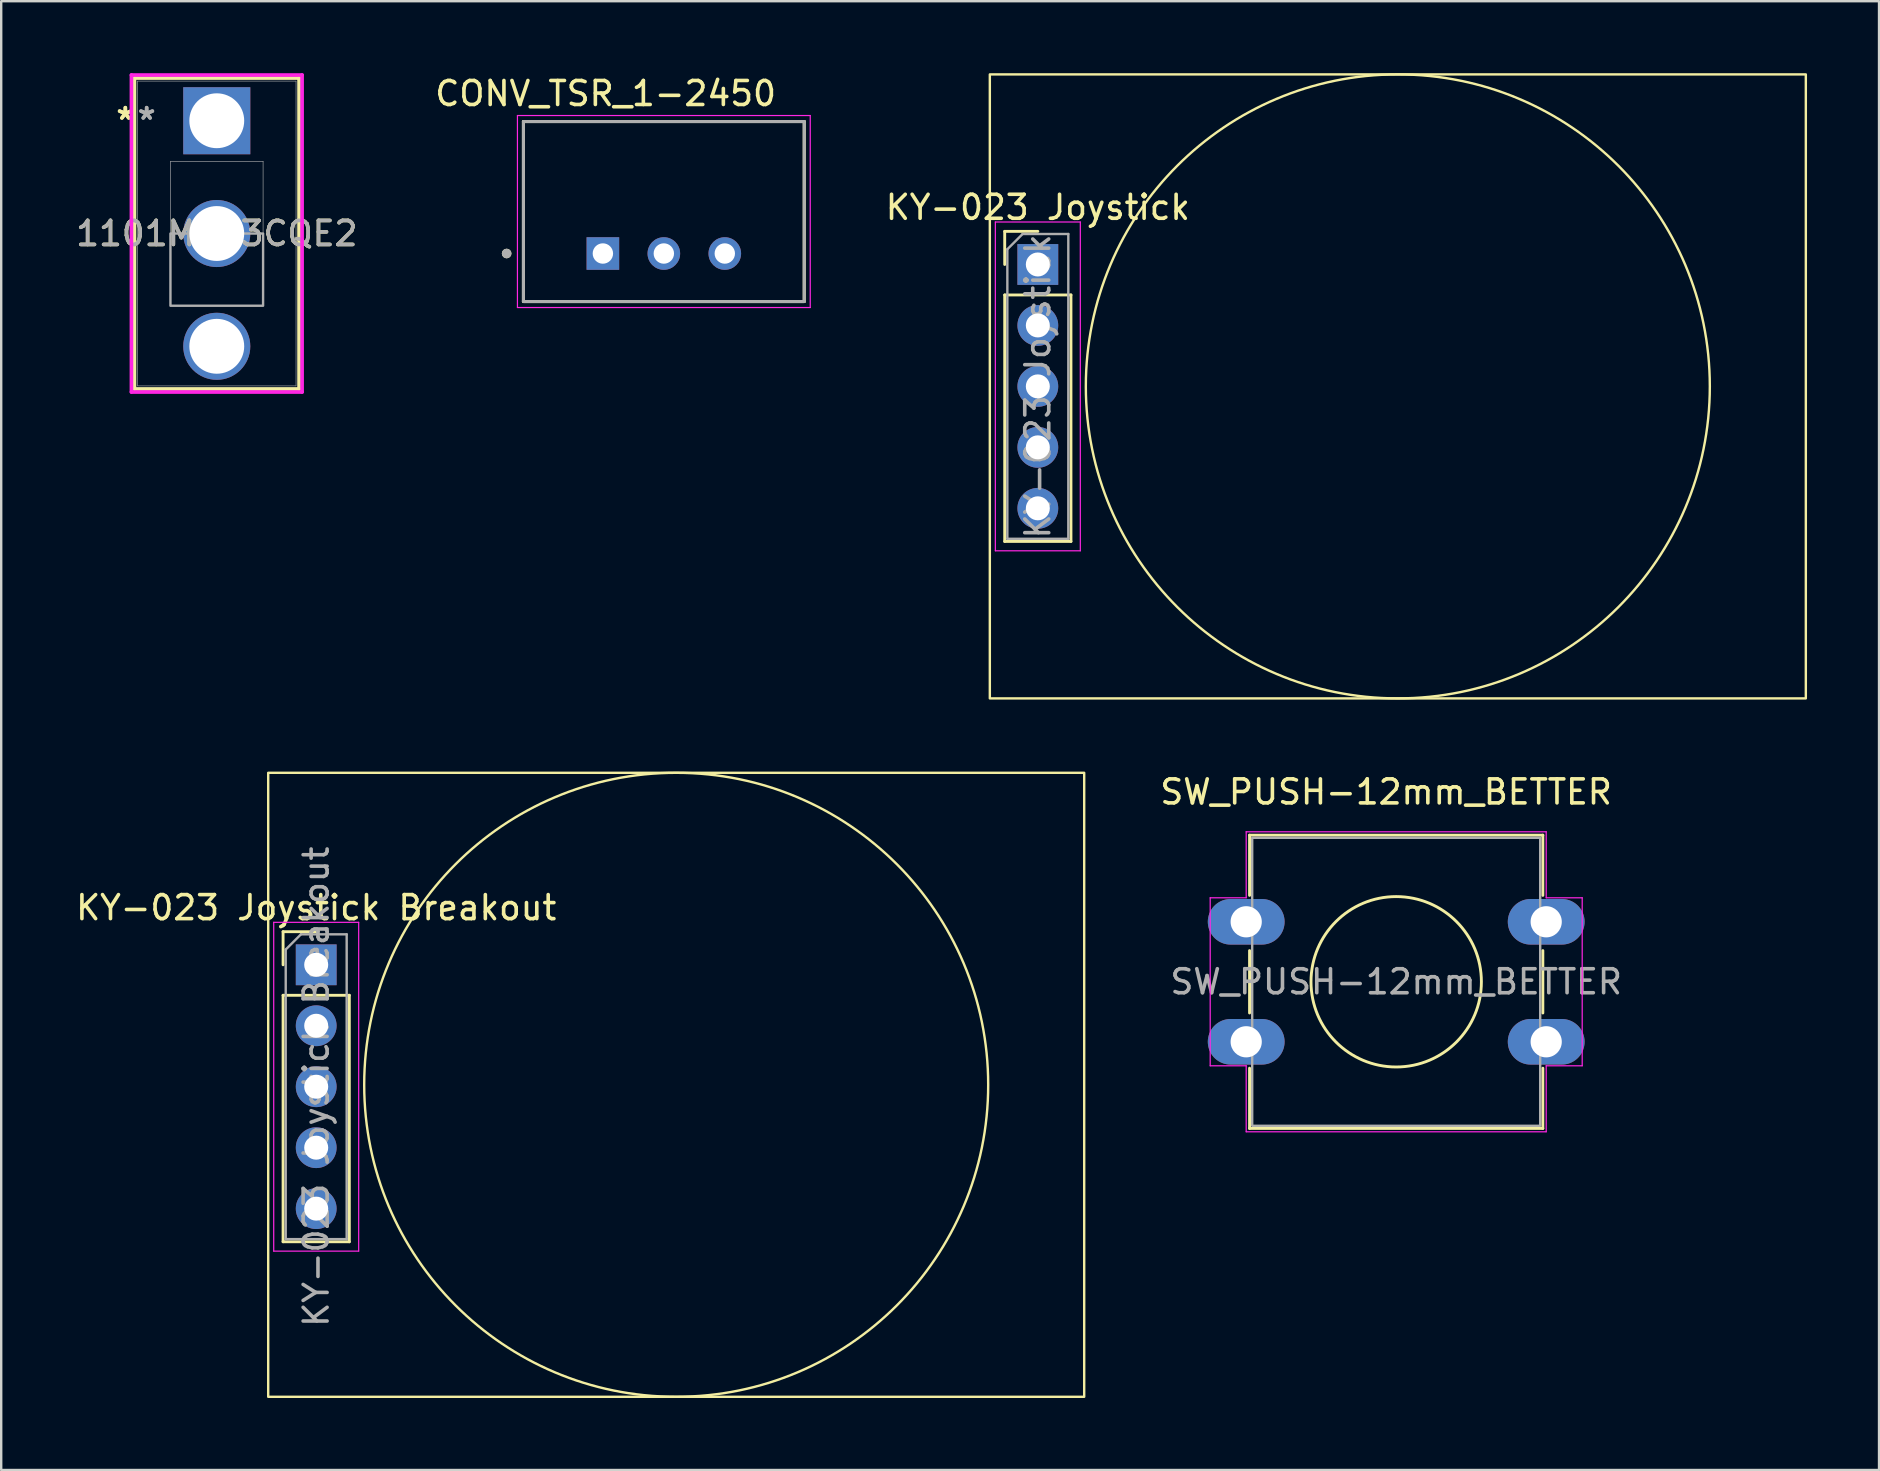
<source format=kicad_pcb>
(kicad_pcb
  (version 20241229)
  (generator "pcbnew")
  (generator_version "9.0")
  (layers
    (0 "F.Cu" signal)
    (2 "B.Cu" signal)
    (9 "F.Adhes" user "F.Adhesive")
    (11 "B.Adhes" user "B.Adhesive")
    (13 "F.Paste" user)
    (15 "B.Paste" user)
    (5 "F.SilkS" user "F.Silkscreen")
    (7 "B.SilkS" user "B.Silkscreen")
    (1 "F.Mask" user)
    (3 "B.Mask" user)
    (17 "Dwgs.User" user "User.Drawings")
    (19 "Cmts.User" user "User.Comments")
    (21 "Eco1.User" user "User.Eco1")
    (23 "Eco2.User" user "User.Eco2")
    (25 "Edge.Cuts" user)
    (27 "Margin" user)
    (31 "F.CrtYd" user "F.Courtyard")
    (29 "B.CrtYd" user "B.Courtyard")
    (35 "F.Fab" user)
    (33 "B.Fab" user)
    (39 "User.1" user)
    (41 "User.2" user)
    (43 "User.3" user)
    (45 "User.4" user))
  (footprint "CONV_TSR_1-2450"
    (layer "F.Cu")
    (at 24.61 5.763)
    (property "Reference" "CONV_TSR_1-2450" (at -2.425 -4.915 0) (layer "F.SilkS") (effects (font (size 1 1) (thickness 0.15))))
    (attr through_hole)
    (fp_line (start -5.85 -3.75) (end 5.85 -3.75) (stroke (width 0.127) (type solid)) (layer "F.SilkS"))
    (fp_line (start -5.85 3.75) (end -5.85 -3.75) (stroke (width 0.127) (type solid)) (layer "F.SilkS"))
    (fp_line (start -5.85 3.75) (end 5.85 3.75) (stroke (width 0.127) (type solid)) (layer "F.SilkS"))
    (fp_line (start 5.85 -3.75) (end 5.85 3.75) (stroke (width 0.127) (type solid)) (layer "F.SilkS"))
    (fp_circle (center -6.55 1.75) (end -6.45 1.75) (stroke (width 0.2) (type solid)) (fill no) (layer "F.SilkS"))
    (fp_line (start -6.1 -4) (end -6.1 4) (stroke (width 0.05) (type solid)) (layer "F.CrtYd"))
    (fp_line (start -6.1 4) (end 6.1 4) (stroke (width 0.05) (type solid)) (layer "F.CrtYd"))
    (fp_line (start 6.1 -4) (end -6.1 -4) (stroke (width 0.05) (type solid)) (layer "F.CrtYd"))
    (fp_line (start 6.1 4) (end 6.1 -4) (stroke (width 0.05) (type solid)) (layer "F.CrtYd"))
    (fp_line (start -5.85 -3.75) (end 5.85 -3.75) (stroke (width 0.127) (type solid)) (layer "F.Fab"))
    (fp_line (start -5.85 3.75) (end -5.85 -3.75) (stroke (width 0.127) (type solid)) (layer "F.Fab"))
    (fp_line (start 5.85 -3.75) (end 5.85 3.75) (stroke (width 0.127) (type solid)) (layer "F.Fab"))
    (fp_line (start 5.85 3.75) (end -5.85 3.75) (stroke (width 0.127) (type solid)) (layer "F.Fab"))
    (fp_circle (center -6.55 1.75) (end -6.45 1.75) (stroke (width 0.2) (type solid)) (fill no) (layer "F.Fab"))
    (pad "1" thru_hole rect (at -2.54 1.75) (size 1.358 1.358) (drill 0.85) (layers "*.Cu" "*.Mask"))
    (pad "2" thru_hole circle (at 0 1.75) (size 1.358 1.358) (drill 0.85) (layers "*.Cu" "*.Mask"))
    (pad "3" thru_hole circle (at 2.54 1.75) (size 1.358 1.358) (drill 0.85) (layers "*.Cu" "*.Mask")))
  (footprint "KY-023 Joystick"
    (layer "F.Cu")
    (at 40.193 7.97)
    (property "Reference" "KY-023 Joystick" (at 0 -2.38 0) (layer "F.SilkS") (effects (font (size 1 1) (thickness 0.15))))
    (attr through_hole)
    (fp_line (start -1.38 -1.38) (end 0 -1.38) (stroke (width 0.12) (type solid)) (layer "F.SilkS"))
    (fp_line (start -1.38 0) (end -1.38 -1.38) (stroke (width 0.12) (type solid)) (layer "F.SilkS"))
    (fp_line (start -1.38 1.27) (end -1.38 11.54) (stroke (width 0.12) (type solid)) (layer "F.SilkS"))
    (fp_line (start -1.38 1.27) (end 1.38 1.27) (stroke (width 0.12) (type solid)) (layer "F.SilkS"))
    (fp_line (start -1.38 11.54) (end 1.38 11.54) (stroke (width 0.12) (type solid)) (layer "F.SilkS"))
    (fp_line (start 1.38 1.27) (end 1.38 11.54) (stroke (width 0.12) (type solid)) (layer "F.SilkS"))
    (fp_rect (start -2 -7.92) (end 32 18.08) (stroke (width 0.1) (type solid)) (fill no) (layer "F.SilkS"))
    (fp_circle (center 15 5.08) (end 15 18.08) (stroke (width 0.1) (type default)) (fill no) (layer "F.SilkS"))
    (fp_line (start -1.77 -1.77) (end -1.77 11.93) (stroke (width 0.05) (type solid)) (layer "F.CrtYd"))
    (fp_line (start -1.77 11.93) (end 1.77 11.93) (stroke (width 0.05) (type solid)) (layer "F.CrtYd"))
    (fp_line (start 1.77 -1.77) (end -1.77 -1.77) (stroke (width 0.05) (type solid)) (layer "F.CrtYd"))
    (fp_line (start 1.77 11.93) (end 1.77 -1.77) (stroke (width 0.05) (type solid)) (layer "F.CrtYd"))
    (fp_line (start -1.27 -0.635) (end -0.635 -1.27) (stroke (width 0.1) (type solid)) (layer "F.Fab"))
    (fp_line (start -1.27 11.43) (end -1.27 -0.635) (stroke (width 0.1) (type solid)) (layer "F.Fab"))
    (fp_line (start -0.635 -1.27) (end 1.27 -1.27) (stroke (width 0.1) (type solid)) (layer "F.Fab"))
    (fp_line (start 1.27 -1.27) (end 1.27 11.43) (stroke (width 0.1) (type solid)) (layer "F.Fab"))
    (fp_line (start 1.27 11.43) (end -1.27 11.43) (stroke (width 0.1) (type solid)) (layer "F.Fab"))
    (fp_text user "${REFERENCE}" (at 0 5.08 90) (layer "F.Fab") (effects (font (size 1 1) (thickness 0.15))))
    (pad "1" thru_hole rect (at 0 0) (size 1.7 1.7) (drill 1) (layers "*.Cu" "*.Mask"))
    (pad "2" thru_hole circle (at 0 2.54) (size 1.7 1.7) (drill 1) (layers "*.Cu" "*.Mask"))
    (pad "3" thru_hole circle (at 0 5.08) (size 1.7 1.7) (drill 1) (layers "*.Cu" "*.Mask"))
    (pad "4" thru_hole circle (at 0 7.62) (size 1.7 1.7) (drill 1) (layers "*.Cu" "*.Mask"))
    (pad "5" thru_hole circle (at 0 10.16) (size 1.7 1.7) (drill 1) (layers "*.Cu" "*.Mask")))
  (footprint "KY-023 Joystick Breakout"
    (layer "F.Cu")
    (at 10.125 37.15)
    (property "Reference" "KY-023 Joystick Breakout" (at 0 -2.38 0) (layer "F.SilkS") (effects (font (size 1 1) (thickness 0.15))))
    (attr through_hole)
    (fp_line (start -1.38 -1.38) (end 0 -1.38) (stroke (width 0.12) (type solid)) (layer "F.SilkS"))
    (fp_line (start -1.38 0) (end -1.38 -1.38) (stroke (width 0.12) (type solid)) (layer "F.SilkS"))
    (fp_line (start -1.38 1.27) (end -1.38 11.54) (stroke (width 0.12) (type solid)) (layer "F.SilkS"))
    (fp_line (start -1.38 1.27) (end 1.38 1.27) (stroke (width 0.12) (type solid)) (layer "F.SilkS"))
    (fp_line (start -1.38 11.54) (end 1.38 11.54) (stroke (width 0.12) (type solid)) (layer "F.SilkS"))
    (fp_line (start 1.38 1.27) (end 1.38 11.54) (stroke (width 0.12) (type solid)) (layer "F.SilkS"))
    (fp_rect (start -2 -8) (end 32 18) (stroke (width 0.1) (type solid)) (fill no) (layer "F.SilkS"))
    (fp_circle (center 15 5) (end 15 18) (stroke (width 0.1) (type default)) (fill no) (layer "F.SilkS"))
    (fp_line (start -1.77 -1.77) (end -1.77 11.93) (stroke (width 0.05) (type solid)) (layer "F.CrtYd"))
    (fp_line (start -1.77 11.93) (end 1.77 11.93) (stroke (width 0.05) (type solid)) (layer "F.CrtYd"))
    (fp_line (start 1.77 -1.77) (end -1.77 -1.77) (stroke (width 0.05) (type solid)) (layer "F.CrtYd"))
    (fp_line (start 1.77 11.93) (end 1.77 -1.77) (stroke (width 0.05) (type solid)) (layer "F.CrtYd"))
    (fp_line (start -1.27 -0.635) (end -0.635 -1.27) (stroke (width 0.1) (type solid)) (layer "F.Fab"))
    (fp_line (start -1.27 11.43) (end -1.27 -0.635) (stroke (width 0.1) (type solid)) (layer "F.Fab"))
    (fp_line (start -0.635 -1.27) (end 1.27 -1.27) (stroke (width 0.1) (type solid)) (layer "F.Fab"))
    (fp_line (start 1.27 -1.27) (end 1.27 11.43) (stroke (width 0.1) (type solid)) (layer "F.Fab"))
    (fp_line (start 1.27 11.43) (end -1.27 11.43) (stroke (width 0.1) (type solid)) (layer "F.Fab"))
    (fp_text user "${REFERENCE}" (at 0 5.08 90) (layer "F.Fab") (effects (font (size 1 1) (thickness 0.15))))
    (pad "1" thru_hole rect (at 0 0) (size 1.7 1.7) (drill 1) (layers "*.Cu" "*.Mask"))
    (pad "2" thru_hole circle (at 0 2.54) (size 1.7 1.7) (drill 1) (layers "*.Cu" "*.Mask"))
    (pad "3" thru_hole circle (at 0 5.08) (size 1.7 1.7) (drill 1) (layers "*.Cu" "*.Mask"))
    (pad "4" thru_hole circle (at 0 7.62) (size 1.7 1.7) (drill 1) (layers "*.Cu" "*.Mask"))
    (pad "5" thru_hole circle (at 0 10.16) (size 1.7 1.7) (drill 1) (layers "*.Cu" "*.Mask")))
  (footprint "SW_PUSH-12mm_BETTER"
    (layer "F.Cu")
    (at 48.875 35.358)
    (property "Reference" "SW_PUSH-12mm_BETTER" (at 5.83 -5.41 0) (layer "F.SilkS") (effects (font (size 1 1) (thickness 0.15))))
    (attr through_hole)
    (fp_line (start 0.14 -3.61) (end 0.14 -1.1) (stroke (width 0.12) (type default)) (layer "F.SilkS"))
    (fp_line (start 0.14 -3.61) (end 12.36 -3.61) (stroke (width 0.12) (type default)) (layer "F.SilkS"))
    (fp_line (start 0.14 1.2) (end 0.14 3.8) (stroke (width 0.12) (type default)) (layer "F.SilkS"))
    (fp_line (start 0.14 6.1) (end 0.14 8.61) (stroke (width 0.12) (type default)) (layer "F.SilkS"))
    (fp_line (start 12.36 -3.61) (end 12.36 -1.1) (stroke (width 0.12) (type default)) (layer "F.SilkS"))
    (fp_line (start 12.36 1.2) (end 12.36 3.8) (stroke (width 0.12) (type default)) (layer "F.SilkS"))
    (fp_line (start 12.36 6.1) (end 12.36 8.61) (stroke (width 0.12) (type default)) (layer "F.SilkS"))
    (fp_line (start 12.36 8.61) (end 0.14 8.61) (stroke (width 0.12) (type default)) (layer "F.SilkS"))
    (fp_circle (center 6.25 2.5) (end 9.8 2.5) (stroke (width 0.12) (type default)) (fill no) (layer "F.SilkS"))
    (fp_line (start -1.5 -1) (end 0 -1) (stroke (width 0.05) (type default)) (layer "F.CrtYd"))
    (fp_line (start -1.5 6) (end -1.5 -1) (stroke (width 0.05) (type default)) (layer "F.CrtYd"))
    (fp_line (start 0 -3.75) (end 12.5 -3.75) (stroke (width 0.05) (type default)) (layer "F.CrtYd"))
    (fp_line (start 0 -1) (end 0 -3.75) (stroke (width 0.05) (type default)) (layer "F.CrtYd"))
    (fp_line (start 0 6) (end -1.5 6) (stroke (width 0.05) (type default)) (layer "F.CrtYd"))
    (fp_line (start 0 8.75) (end 0 6) (stroke (width 0.05) (type default)) (layer "F.CrtYd"))
    (fp_line (start 12.5 -3.75) (end 12.5 -1) (stroke (width 0.05) (type default)) (layer "F.CrtYd"))
    (fp_line (start 12.5 -1) (end 14 -1) (stroke (width 0.05) (type default)) (layer "F.CrtYd"))
    (fp_line (start 12.5 6) (end 12.5 8.75) (stroke (width 0.05) (type default)) (layer "F.CrtYd"))
    (fp_line (start 12.5 8.75) (end 0 8.75) (stroke (width 0.05) (type default)) (layer "F.CrtYd"))
    (fp_line (start 14 -1) (end 14 6) (stroke (width 0.05) (type default)) (layer "F.CrtYd"))
    (fp_line (start 14 6) (end 12.5 6) (stroke (width 0.05) (type default)) (layer "F.CrtYd"))
    (fp_rect (start 0.25 -3.5) (end 12.25 8.5) (stroke (width 0.1) (type default)) (fill no) (layer "F.Fab"))
    (fp_text user "${REFERENCE}" (at 6.25 2.5 0) (layer "F.Fab") (effects (font (size 1 1) (thickness 0.15))))
    (pad "1" thru_hole oval (at 0 0) (size 3.2 1.9) (drill 1.3) (layers "*.Cu" "*.Mask"))
    (pad "1" thru_hole oval (at 12.5 0) (size 3.2 1.9) (drill 1.3) (layers "*.Cu" "*.Mask"))
    (pad "2" thru_hole oval (at 0 5) (size 3.2 1.9) (drill 1.3) (layers "*.Cu" "*.Mask"))
    (pad "2" thru_hole oval (at 12.5 5) (size 3.2 1.9) (drill 1.3) (layers "*.Cu" "*.Mask")))
  (footprint "1101M2S3CQE2"
    (layer "F.Cu")
    (at 5.982 1.981)
    (property "Reference" "1101M2S3CQE2" (at 0 4.699 0) (unlocked yes) (layer "F.SilkS") (effects (font (size 1 1) (thickness 0.15))))
    (attr through_hole)
    (fp_line (start -3.429 -1.778) (end -3.429 11.176) (stroke (width 0.152) (type solid)) (layer "F.SilkS"))
    (fp_line (start -3.429 11.176) (end 3.429 11.176) (stroke (width 0.152) (type solid)) (layer "F.SilkS"))
    (fp_line (start 3.429 -1.778) (end -3.429 -1.778) (stroke (width 0.152) (type solid)) (layer "F.SilkS"))
    (fp_line (start 3.429 11.176) (end 3.429 -1.778) (stroke (width 0.152) (type solid)) (layer "F.SilkS"))
    (fp_line (start -3.556 -1.905) (end -3.556 11.303) (stroke (width 0.152) (type solid)) (layer "F.CrtYd"))
    (fp_line (start -3.556 11.303) (end 3.556 11.303) (stroke (width 0.152) (type solid)) (layer "F.CrtYd"))
    (fp_line (start 3.556 -1.905) (end -3.556 -1.905) (stroke (width 0.152) (type solid)) (layer "F.CrtYd"))
    (fp_line (start 3.556 11.303) (end 3.556 -1.905) (stroke (width 0.152) (type solid)) (layer "F.CrtYd"))
    (fp_line (start -3.302 -1.651) (end -3.302 11.049) (stroke (width 0.025) (type solid)) (layer "F.Fab"))
    (fp_line (start -3.302 11.049) (end 3.302 11.049) (stroke (width 0.025) (type solid)) (layer "F.Fab"))
    (fp_line (start -1.93 1.689) (end 1.93 1.689) (stroke (width 0.025) (type solid)) (layer "F.Fab"))
    (fp_line (start -1.93 7.709) (end -1.93 1.689) (stroke (width 0.025) (type solid)) (layer "F.Fab"))
    (fp_line (start 1.93 1.689) (end 1.93 7.709) (stroke (width 0.025) (type solid)) (layer "F.Fab"))
    (fp_line (start 1.93 7.709) (end -1.93 7.709) (stroke (width 0.025) (type solid)) (layer "F.Fab"))
    (fp_line (start 3.302 -1.651) (end -3.302 -1.651) (stroke (width 0.025) (type solid)) (layer "F.Fab"))
    (fp_line (start 3.302 11.049) (end 3.302 -1.651) (stroke (width 0.025) (type solid)) (layer "F.Fab"))
    (fp_poly (pts (xy -1.93 7.709) (xy -1.93 4.699) (xy 1.93 4.699) (xy 1.93 7.709)) (stroke (width 0.1) (type solid)) (fill no) (layer "F.Fab"))
    (fp_text user "*" (at -3.81 0 0) (layer "F.SilkS") (effects (font (size 1 1) (thickness 0.15))))
    (fp_text user "*" (at -3.81 0 0) (unlocked yes) (layer "F.SilkS") (effects (font (size 1 1) (thickness 0.15))))
    (fp_text user "${REFERENCE}" (at 0 4.699 0) (unlocked yes) (layer "F.Fab") (effects (font (size 1 1) (thickness 0.15))))
    (fp_text user "*" (at -2.921 0 0) (unlocked yes) (layer "F.Fab") (effects (font (size 1 1) (thickness 0.15))))
    (fp_text user "*" (at -2.921 0 0) (layer "F.Fab") (effects (font (size 1 1) (thickness 0.15))))
    (pad "1" thru_hole rect (at 0 0) (size 2.794 2.794) (drill 2.286) (layers "*.Cu" "*.Mask"))
    (pad "2" thru_hole circle (at 0 4.699) (size 2.794 2.794) (drill 2.286) (layers "*.Cu" "*.Mask"))
    (pad "3" thru_hole circle (at 0 9.398) (size 2.794 2.794) (drill 2.286) (layers "*.Cu" "*.Mask")))
  (gr_rect
    (start -3 -3)
    (end 75.243 58.2)
    (stroke (width 0.1) (type default))
    (fill no)
    (layer "Edge.Cuts")))
</source>
